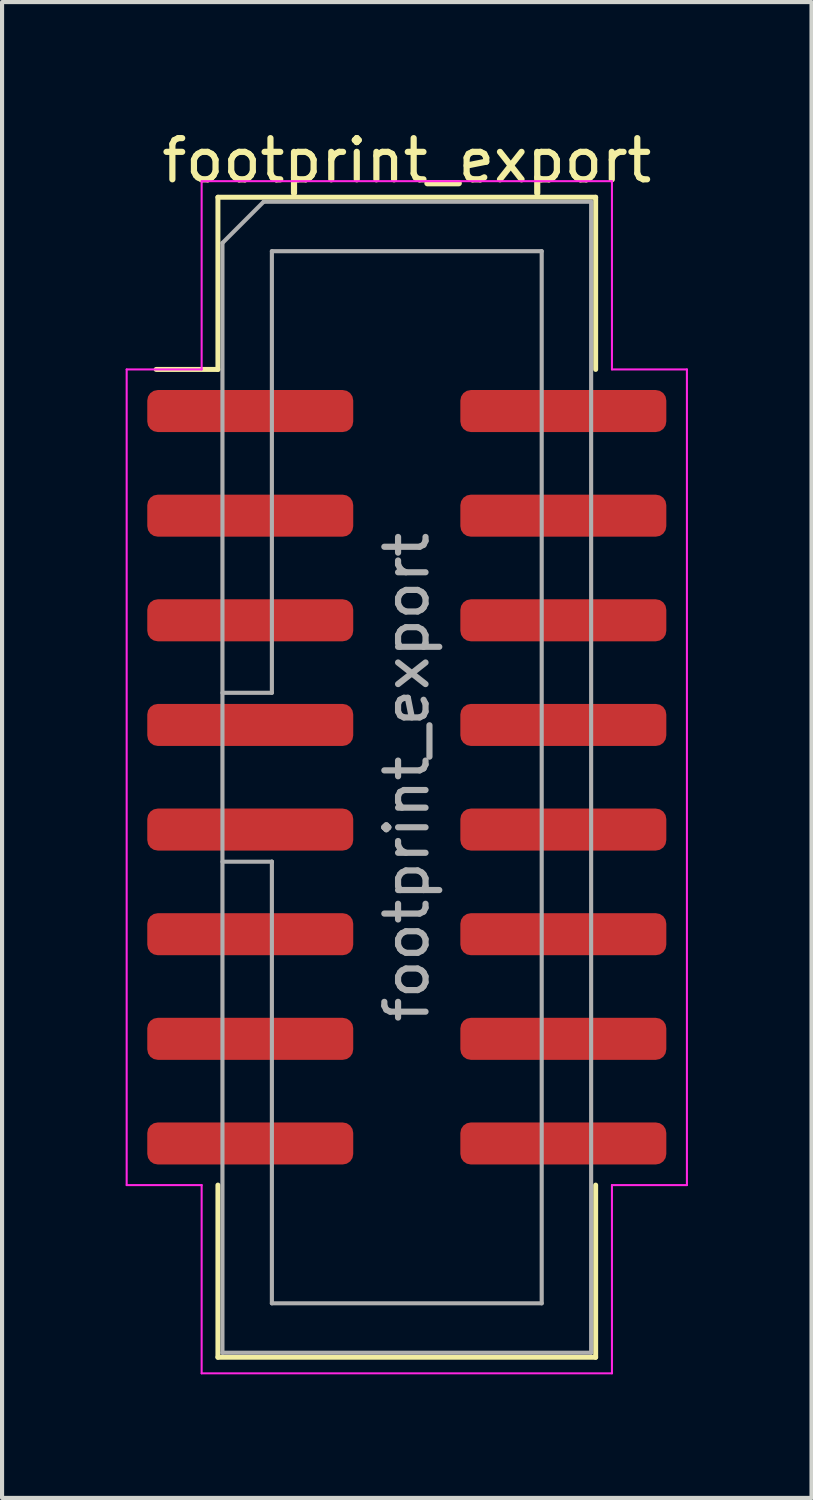
<source format=kicad_pcb>
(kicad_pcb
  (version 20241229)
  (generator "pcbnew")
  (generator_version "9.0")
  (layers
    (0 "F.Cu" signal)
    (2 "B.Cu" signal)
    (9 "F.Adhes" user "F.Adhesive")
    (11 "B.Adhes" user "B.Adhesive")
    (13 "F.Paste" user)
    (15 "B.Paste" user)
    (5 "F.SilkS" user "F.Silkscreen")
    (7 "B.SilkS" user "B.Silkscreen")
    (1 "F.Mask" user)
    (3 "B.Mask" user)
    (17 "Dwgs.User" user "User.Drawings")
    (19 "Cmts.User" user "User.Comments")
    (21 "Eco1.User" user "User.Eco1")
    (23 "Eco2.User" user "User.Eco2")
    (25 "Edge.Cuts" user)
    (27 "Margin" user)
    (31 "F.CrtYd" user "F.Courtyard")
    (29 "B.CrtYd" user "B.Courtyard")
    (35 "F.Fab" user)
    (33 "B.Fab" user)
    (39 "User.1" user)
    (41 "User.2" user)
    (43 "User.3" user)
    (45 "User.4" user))
  (footprint "footprint_export"
    (layer "F.Cu")
    (at 6.825 15.818)
    (property "Reference" "footprint_export" (at 0 -14.97 0) (layer "F.SilkS") (effects (font (size 1 1) (thickness 0.15))))
    (attr smd)
    (fp_line (start -4.585 -14.08) (end 4.585 -14.08) (stroke (width 0.12) (type solid)) (layer "F.SilkS"))
    (fp_line (start -4.585 -9.9) (end -6.085 -9.9) (stroke (width 0.12) (type solid)) (layer "F.SilkS"))
    (fp_line (start -4.585 -9.9) (end -4.585 -14.08) (stroke (width 0.12) (type solid)) (layer "F.SilkS"))
    (fp_line (start -4.585 9.9) (end -4.585 14.08) (stroke (width 0.12) (type solid)) (layer "F.SilkS"))
    (fp_line (start -4.585 14.08) (end 4.585 14.08) (stroke (width 0.12) (type solid)) (layer "F.SilkS"))
    (fp_line (start 4.585 -14.08) (end 4.585 -9.9) (stroke (width 0.12) (type solid)) (layer "F.SilkS"))
    (fp_line (start 4.585 14.08) (end 4.585 9.9) (stroke (width 0.12) (type solid)) (layer "F.SilkS"))
    (fp_line (start -6.8 -9.9) (end -6.8 9.9) (stroke (width 0.05) (type solid)) (layer "F.CrtYd"))
    (fp_line (start -6.8 9.9) (end -4.98 9.9) (stroke (width 0.05) (type solid)) (layer "F.CrtYd"))
    (fp_line (start -4.98 -14.47) (end -4.98 -9.9) (stroke (width 0.05) (type solid)) (layer "F.CrtYd"))
    (fp_line (start -4.98 -9.9) (end -6.8 -9.9) (stroke (width 0.05) (type solid)) (layer "F.CrtYd"))
    (fp_line (start -4.98 9.9) (end -4.98 14.47) (stroke (width 0.05) (type solid)) (layer "F.CrtYd"))
    (fp_line (start -4.98 14.47) (end 4.98 14.47) (stroke (width 0.05) (type solid)) (layer "F.CrtYd"))
    (fp_line (start 4.98 -14.47) (end -4.98 -14.47) (stroke (width 0.05) (type solid)) (layer "F.CrtYd"))
    (fp_line (start 4.98 -9.9) (end 4.98 -14.47) (stroke (width 0.05) (type solid)) (layer "F.CrtYd"))
    (fp_line (start 4.98 9.9) (end 6.8 9.9) (stroke (width 0.05) (type solid)) (layer "F.CrtYd"))
    (fp_line (start 4.98 14.47) (end 4.98 9.9) (stroke (width 0.05) (type solid)) (layer "F.CrtYd"))
    (fp_line (start 6.8 -9.9) (end 4.98 -9.9) (stroke (width 0.05) (type solid)) (layer "F.CrtYd"))
    (fp_line (start 6.8 9.9) (end 6.8 -9.9) (stroke (width 0.05) (type solid)) (layer "F.CrtYd"))
    (fp_line (start -4.475 -12.97) (end -3.475 -13.97) (stroke (width 0.1) (type solid)) (layer "F.Fab"))
    (fp_line (start -4.475 -2.05) (end -3.275 -2.05) (stroke (width 0.1) (type solid)) (layer "F.Fab"))
    (fp_line (start -4.475 13.97) (end -4.475 -12.97) (stroke (width 0.1) (type solid)) (layer "F.Fab"))
    (fp_line (start -3.475 -13.97) (end 4.475 -13.97) (stroke (width 0.1) (type solid)) (layer "F.Fab"))
    (fp_line (start -3.275 -12.77) (end 3.275 -12.77) (stroke (width 0.1) (type solid)) (layer "F.Fab"))
    (fp_line (start -3.275 -2.05) (end -3.275 -12.77) (stroke (width 0.1) (type solid)) (layer "F.Fab"))
    (fp_line (start -3.275 2.05) (end -4.475 2.05) (stroke (width 0.1) (type solid)) (layer "F.Fab"))
    (fp_line (start -3.275 2.05) (end -3.275 2.05) (stroke (width 0.1) (type solid)) (layer "F.Fab"))
    (fp_line (start -3.275 12.77) (end -3.275 2.05) (stroke (width 0.1) (type solid)) (layer "F.Fab"))
    (fp_line (start 3.275 -12.77) (end 3.275 12.77) (stroke (width 0.1) (type solid)) (layer "F.Fab"))
    (fp_line (start 3.275 12.77) (end -3.275 12.77) (stroke (width 0.1) (type solid)) (layer "F.Fab"))
    (fp_line (start 4.475 -13.97) (end 4.475 13.97) (stroke (width 0.1) (type solid)) (layer "F.Fab"))
    (fp_line (start 4.475 13.97) (end -4.475 13.97) (stroke (width 0.1) (type solid)) (layer "F.Fab"))
    (fp_text user "${REFERENCE}" (at 0 0 90) (layer "F.Fab") (effects (font (size 1 1) (thickness 0.15))))
    (pad "1" smd roundrect (at -3.8 -8.89) (size 5 1.02) (layers "F.Cu" "F.Mask" "F.Paste") (roundrect_rratio 0.25))
    (pad "2" smd roundrect (at 3.8 -8.89) (size 5 1.02) (layers "F.Cu" "F.Mask" "F.Paste") (roundrect_rratio 0.25))
    (pad "3" smd roundrect (at -3.8 -6.35) (size 5 1.02) (layers "F.Cu" "F.Mask" "F.Paste") (roundrect_rratio 0.25))
    (pad "4" smd roundrect (at 3.8 -6.35) (size 5 1.02) (layers "F.Cu" "F.Mask" "F.Paste") (roundrect_rratio 0.25))
    (pad "5" smd roundrect (at -3.8 -3.81) (size 5 1.02) (layers "F.Cu" "F.Mask" "F.Paste") (roundrect_rratio 0.25))
    (pad "6" smd roundrect (at 3.8 -3.81) (size 5 1.02) (layers "F.Cu" "F.Mask" "F.Paste") (roundrect_rratio 0.25))
    (pad "7" smd roundrect (at -3.8 -1.27) (size 5 1.02) (layers "F.Cu" "F.Mask" "F.Paste") (roundrect_rratio 0.25))
    (pad "8" smd roundrect (at 3.8 -1.27) (size 5 1.02) (layers "F.Cu" "F.Mask" "F.Paste") (roundrect_rratio 0.25))
    (pad "9" smd roundrect (at -3.8 1.27) (size 5 1.02) (layers "F.Cu" "F.Mask" "F.Paste") (roundrect_rratio 0.25))
    (pad "10" smd roundrect (at 3.8 1.27) (size 5 1.02) (layers "F.Cu" "F.Mask" "F.Paste") (roundrect_rratio 0.25))
    (pad "11" smd roundrect (at -3.8 3.81) (size 5 1.02) (layers "F.Cu" "F.Mask" "F.Paste") (roundrect_rratio 0.25))
    (pad "12" smd roundrect (at 3.8 3.81) (size 5 1.02) (layers "F.Cu" "F.Mask" "F.Paste") (roundrect_rratio 0.25))
    (pad "13" smd roundrect (at -3.8 6.35) (size 5 1.02) (layers "F.Cu" "F.Mask" "F.Paste") (roundrect_rratio 0.25))
    (pad "14" smd roundrect (at 3.8 6.35) (size 5 1.02) (layers "F.Cu" "F.Mask" "F.Paste") (roundrect_rratio 0.25))
    (pad "15" smd roundrect (at -3.8 8.89) (size 5 1.02) (layers "F.Cu" "F.Mask" "F.Paste") (roundrect_rratio 0.25))
    (pad "16" smd roundrect (at 3.8 8.89) (size 5 1.02) (layers "F.Cu" "F.Mask" "F.Paste") (roundrect_rratio 0.25)))
  (gr_rect
    (start -3 -3)
    (end 16.65 33.313)
    (stroke (width 0.1) (type default))
    (fill no)
    (layer "Edge.Cuts")))
</source>
